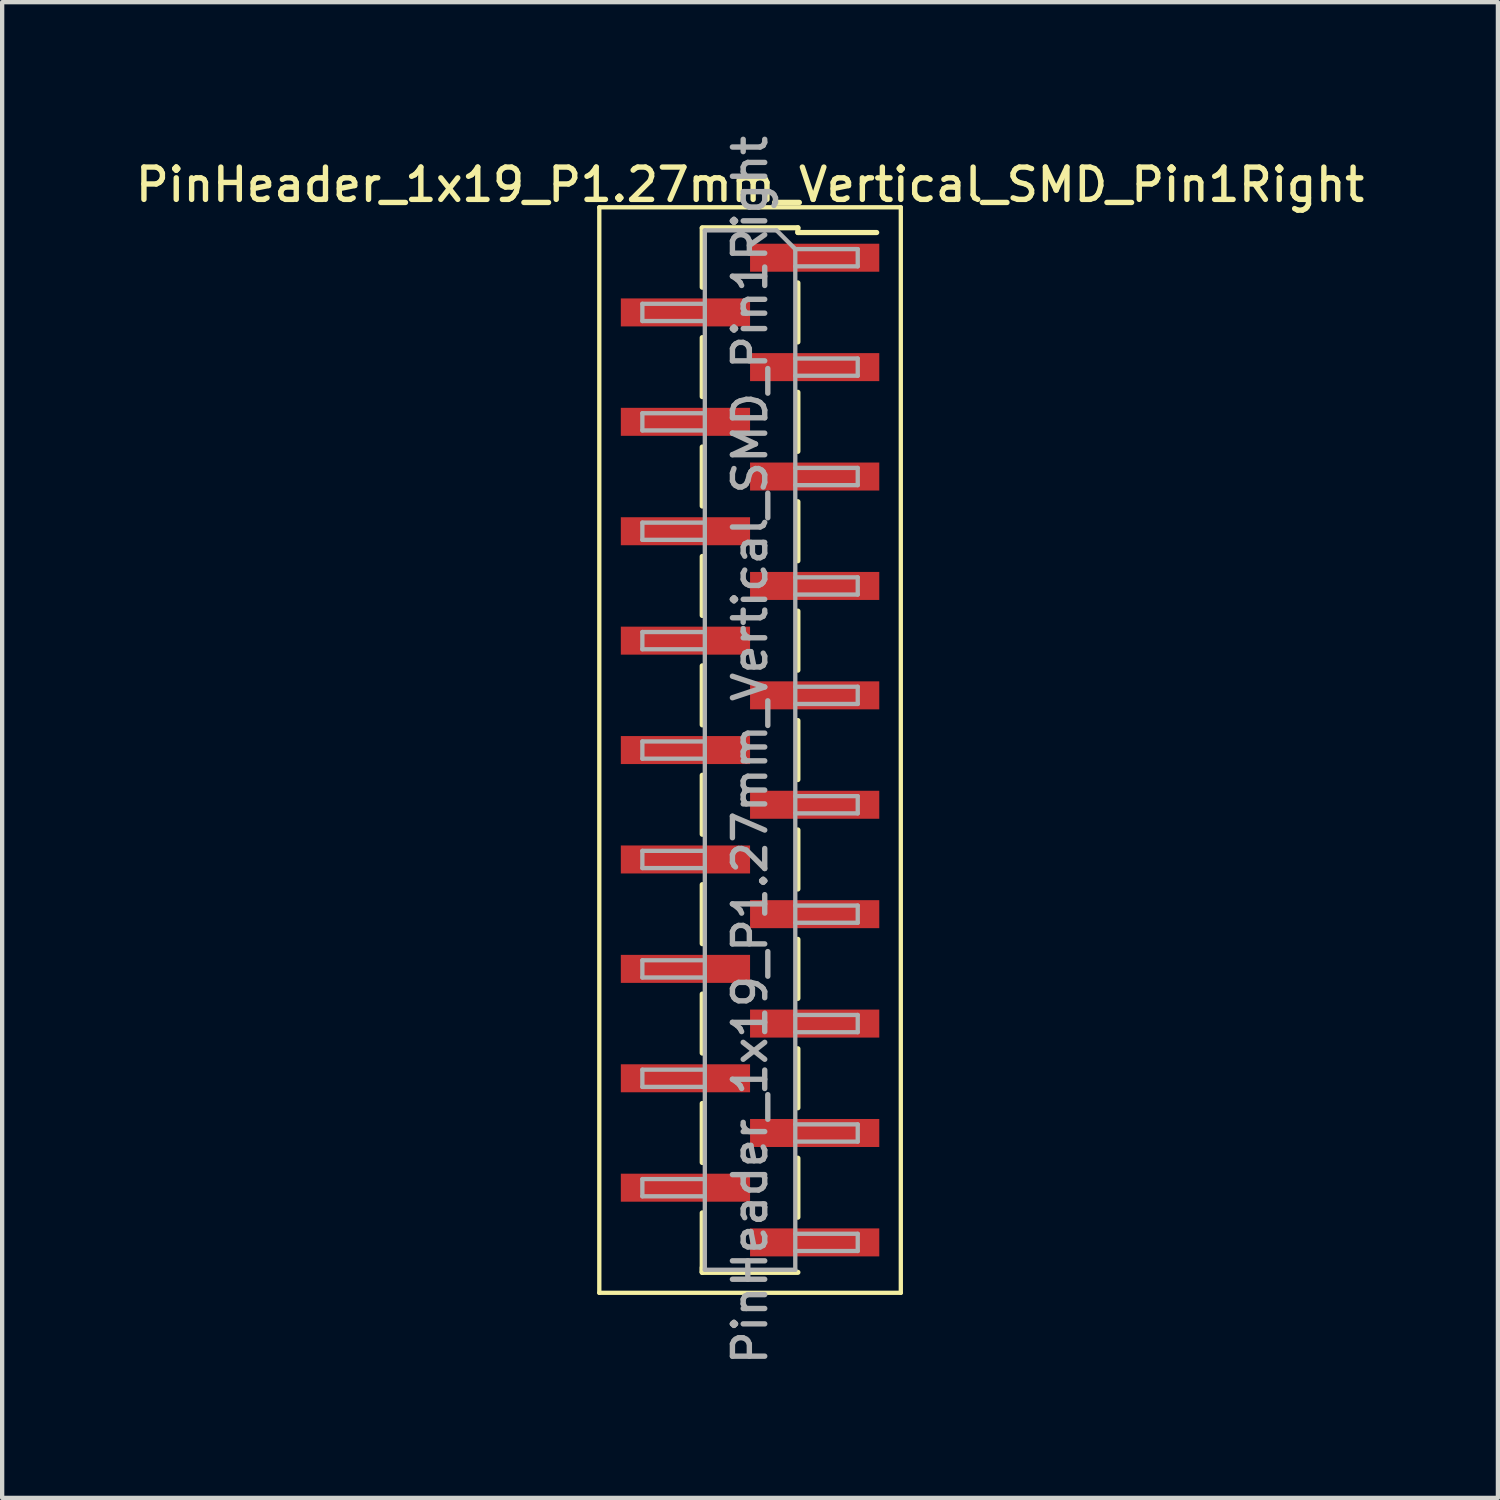
<source format=kicad_pcb>
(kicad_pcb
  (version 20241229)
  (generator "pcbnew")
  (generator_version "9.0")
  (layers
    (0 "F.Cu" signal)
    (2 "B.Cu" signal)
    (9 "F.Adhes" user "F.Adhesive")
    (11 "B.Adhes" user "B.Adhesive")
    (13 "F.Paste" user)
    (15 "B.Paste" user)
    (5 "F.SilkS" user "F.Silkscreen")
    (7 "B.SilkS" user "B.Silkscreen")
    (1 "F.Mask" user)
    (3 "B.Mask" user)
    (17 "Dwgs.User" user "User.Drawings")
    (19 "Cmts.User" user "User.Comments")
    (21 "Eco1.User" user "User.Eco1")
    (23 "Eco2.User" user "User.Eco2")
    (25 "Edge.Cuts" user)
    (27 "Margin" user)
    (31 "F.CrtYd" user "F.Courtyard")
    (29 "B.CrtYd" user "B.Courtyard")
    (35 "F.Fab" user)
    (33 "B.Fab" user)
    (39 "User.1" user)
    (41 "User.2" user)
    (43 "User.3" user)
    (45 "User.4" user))
  (footprint "PinHeader_1x19_P1.27mm_Vertical_SMD_Pin1Right"
    (layer "F.Cu")
    (at 14.363 14.363)
    (property "Reference" "PinHeader_1x19_P1.27mm_Vertical_SMD_Pin1Right" (at 0 -13.125 0) (layer "F.SilkS") (effects (font (size 0.75 0.75) (thickness 0.125))))
    (attr smd)
    (fp_line (start -3.5 -12.6) (end -3.5 12.6) (stroke (width 0.1) (type solid)) (layer "F.SilkS"))
    (fp_line (start -3.5 12.6) (end 3.5 12.6) (stroke (width 0.1) (type solid)) (layer "F.SilkS"))
    (fp_line (start -1.11 -12.125) (end 1.11 -12.125) (stroke (width 0.12) (type solid)) (layer "F.SilkS"))
    (fp_line (start -1.11 -12.115) (end -1.11 -10.745) (stroke (width 0.12) (type solid)) (layer "F.SilkS"))
    (fp_line (start -1.11 -9.575) (end -1.11 -8.205) (stroke (width 0.12) (type solid)) (layer "F.SilkS"))
    (fp_line (start -1.11 -7.035) (end -1.11 -5.665) (stroke (width 0.12) (type solid)) (layer "F.SilkS"))
    (fp_line (start -1.11 -4.495) (end -1.11 -3.125) (stroke (width 0.12) (type solid)) (layer "F.SilkS"))
    (fp_line (start -1.11 -1.955) (end -1.11 -0.585) (stroke (width 0.12) (type solid)) (layer "F.SilkS"))
    (fp_line (start -1.11 0.585) (end -1.11 1.955) (stroke (width 0.12) (type solid)) (layer "F.SilkS"))
    (fp_line (start -1.11 3.125) (end -1.11 4.495) (stroke (width 0.12) (type solid)) (layer "F.SilkS"))
    (fp_line (start -1.11 5.665) (end -1.11 7.035) (stroke (width 0.12) (type solid)) (layer "F.SilkS"))
    (fp_line (start -1.11 8.205) (end -1.11 9.575) (stroke (width 0.12) (type solid)) (layer "F.SilkS"))
    (fp_line (start -1.11 10.745) (end -1.11 12.115) (stroke (width 0.12) (type solid)) (layer "F.SilkS"))
    (fp_line (start -1.11 12.015) (end -1.11 12.125) (stroke (width 0.12) (type solid)) (layer "F.SilkS"))
    (fp_line (start -1.11 12.125) (end 1.11 12.125) (stroke (width 0.12) (type solid)) (layer "F.SilkS"))
    (fp_line (start 1.11 -12.125) (end 1.11 -12.015) (stroke (width 0.12) (type solid)) (layer "F.SilkS"))
    (fp_line (start 1.11 -12.015) (end 2.94 -12.015) (stroke (width 0.12) (type solid)) (layer "F.SilkS"))
    (fp_line (start 1.11 -10.845) (end 1.11 -9.475) (stroke (width 0.12) (type solid)) (layer "F.SilkS"))
    (fp_line (start 1.11 -8.305) (end 1.11 -6.935) (stroke (width 0.12) (type solid)) (layer "F.SilkS"))
    (fp_line (start 1.11 -5.765) (end 1.11 -4.395) (stroke (width 0.12) (type solid)) (layer "F.SilkS"))
    (fp_line (start 1.11 -3.225) (end 1.11 -1.855) (stroke (width 0.12) (type solid)) (layer "F.SilkS"))
    (fp_line (start 1.11 -0.685) (end 1.11 0.685) (stroke (width 0.12) (type solid)) (layer "F.SilkS"))
    (fp_line (start 1.11 1.855) (end 1.11 3.225) (stroke (width 0.12) (type solid)) (layer "F.SilkS"))
    (fp_line (start 1.11 4.395) (end 1.11 5.765) (stroke (width 0.12) (type solid)) (layer "F.SilkS"))
    (fp_line (start 1.11 6.935) (end 1.11 8.305) (stroke (width 0.12) (type solid)) (layer "F.SilkS"))
    (fp_line (start 1.11 9.475) (end 1.11 10.845) (stroke (width 0.12) (type solid)) (layer "F.SilkS"))
    (fp_line (start 3.5 -12.6) (end -3.5 -12.6) (stroke (width 0.1) (type solid)) (layer "F.SilkS"))
    (fp_line (start 3.5 12.6) (end 3.5 -12.6) (stroke (width 0.1) (type solid)) (layer "F.SilkS"))
    (fp_line (start -2.5 -10.36) (end -2.5 -9.96) (stroke (width 0.1) (type solid)) (layer "F.Fab"))
    (fp_line (start -2.5 -9.96) (end -1.05 -9.96) (stroke (width 0.1) (type solid)) (layer "F.Fab"))
    (fp_line (start -2.5 -7.82) (end -2.5 -7.42) (stroke (width 0.1) (type solid)) (layer "F.Fab"))
    (fp_line (start -2.5 -7.42) (end -1.05 -7.42) (stroke (width 0.1) (type solid)) (layer "F.Fab"))
    (fp_line (start -2.5 -5.28) (end -2.5 -4.88) (stroke (width 0.1) (type solid)) (layer "F.Fab"))
    (fp_line (start -2.5 -4.88) (end -1.05 -4.88) (stroke (width 0.1) (type solid)) (layer "F.Fab"))
    (fp_line (start -2.5 -2.74) (end -2.5 -2.34) (stroke (width 0.1) (type solid)) (layer "F.Fab"))
    (fp_line (start -2.5 -2.34) (end -1.05 -2.34) (stroke (width 0.1) (type solid)) (layer "F.Fab"))
    (fp_line (start -2.5 -0.2) (end -2.5 0.2) (stroke (width 0.1) (type solid)) (layer "F.Fab"))
    (fp_line (start -2.5 0.2) (end -1.05 0.2) (stroke (width 0.1) (type solid)) (layer "F.Fab"))
    (fp_line (start -2.5 2.34) (end -2.5 2.74) (stroke (width 0.1) (type solid)) (layer "F.Fab"))
    (fp_line (start -2.5 2.74) (end -1.05 2.74) (stroke (width 0.1) (type solid)) (layer "F.Fab"))
    (fp_line (start -2.5 4.88) (end -2.5 5.28) (stroke (width 0.1) (type solid)) (layer "F.Fab"))
    (fp_line (start -2.5 5.28) (end -1.05 5.28) (stroke (width 0.1) (type solid)) (layer "F.Fab"))
    (fp_line (start -2.5 7.42) (end -2.5 7.82) (stroke (width 0.1) (type solid)) (layer "F.Fab"))
    (fp_line (start -2.5 7.82) (end -1.05 7.82) (stroke (width 0.1) (type solid)) (layer "F.Fab"))
    (fp_line (start -2.5 9.96) (end -2.5 10.36) (stroke (width 0.1) (type solid)) (layer "F.Fab"))
    (fp_line (start -2.5 10.36) (end -1.05 10.36) (stroke (width 0.1) (type solid)) (layer "F.Fab"))
    (fp_line (start -1.05 -12.065) (end -1.05 12.065) (stroke (width 0.1) (type solid)) (layer "F.Fab"))
    (fp_line (start -1.05 -12.065) (end 0.615 -12.065) (stroke (width 0.1) (type solid)) (layer "F.Fab"))
    (fp_line (start -1.05 -10.36) (end -2.5 -10.36) (stroke (width 0.1) (type solid)) (layer "F.Fab"))
    (fp_line (start -1.05 -7.82) (end -2.5 -7.82) (stroke (width 0.1) (type solid)) (layer "F.Fab"))
    (fp_line (start -1.05 -5.28) (end -2.5 -5.28) (stroke (width 0.1) (type solid)) (layer "F.Fab"))
    (fp_line (start -1.05 -2.74) (end -2.5 -2.74) (stroke (width 0.1) (type solid)) (layer "F.Fab"))
    (fp_line (start -1.05 -0.2) (end -2.5 -0.2) (stroke (width 0.1) (type solid)) (layer "F.Fab"))
    (fp_line (start -1.05 2.34) (end -2.5 2.34) (stroke (width 0.1) (type solid)) (layer "F.Fab"))
    (fp_line (start -1.05 4.88) (end -2.5 4.88) (stroke (width 0.1) (type solid)) (layer "F.Fab"))
    (fp_line (start -1.05 7.42) (end -2.5 7.42) (stroke (width 0.1) (type solid)) (layer "F.Fab"))
    (fp_line (start -1.05 9.96) (end -2.5 9.96) (stroke (width 0.1) (type solid)) (layer "F.Fab"))
    (fp_line (start 1.05 -11.63) (end 0.615 -12.065) (stroke (width 0.1) (type solid)) (layer "F.Fab"))
    (fp_line (start 1.05 -11.63) (end 2.5 -11.63) (stroke (width 0.1) (type solid)) (layer "F.Fab"))
    (fp_line (start 1.05 -9.09) (end 2.5 -9.09) (stroke (width 0.1) (type solid)) (layer "F.Fab"))
    (fp_line (start 1.05 -6.55) (end 2.5 -6.55) (stroke (width 0.1) (type solid)) (layer "F.Fab"))
    (fp_line (start 1.05 -4.01) (end 2.5 -4.01) (stroke (width 0.1) (type solid)) (layer "F.Fab"))
    (fp_line (start 1.05 -1.47) (end 2.5 -1.47) (stroke (width 0.1) (type solid)) (layer "F.Fab"))
    (fp_line (start 1.05 1.07) (end 2.5 1.07) (stroke (width 0.1) (type solid)) (layer "F.Fab"))
    (fp_line (start 1.05 3.61) (end 2.5 3.61) (stroke (width 0.1) (type solid)) (layer "F.Fab"))
    (fp_line (start 1.05 6.15) (end 2.5 6.15) (stroke (width 0.1) (type solid)) (layer "F.Fab"))
    (fp_line (start 1.05 8.69) (end 2.5 8.69) (stroke (width 0.1) (type solid)) (layer "F.Fab"))
    (fp_line (start 1.05 11.23) (end 2.5 11.23) (stroke (width 0.1) (type solid)) (layer "F.Fab"))
    (fp_line (start 1.05 12.065) (end -1.05 12.065) (stroke (width 0.1) (type solid)) (layer "F.Fab"))
    (fp_line (start 1.05 12.065) (end 1.05 -11.63) (stroke (width 0.1) (type solid)) (layer "F.Fab"))
    (fp_line (start 2.5 -11.63) (end 2.5 -11.23) (stroke (width 0.1) (type solid)) (layer "F.Fab"))
    (fp_line (start 2.5 -11.23) (end 1.05 -11.23) (stroke (width 0.1) (type solid)) (layer "F.Fab"))
    (fp_line (start 2.5 -9.09) (end 2.5 -8.69) (stroke (width 0.1) (type solid)) (layer "F.Fab"))
    (fp_line (start 2.5 -8.69) (end 1.05 -8.69) (stroke (width 0.1) (type solid)) (layer "F.Fab"))
    (fp_line (start 2.5 -6.55) (end 2.5 -6.15) (stroke (width 0.1) (type solid)) (layer "F.Fab"))
    (fp_line (start 2.5 -6.15) (end 1.05 -6.15) (stroke (width 0.1) (type solid)) (layer "F.Fab"))
    (fp_line (start 2.5 -4.01) (end 2.5 -3.61) (stroke (width 0.1) (type solid)) (layer "F.Fab"))
    (fp_line (start 2.5 -3.61) (end 1.05 -3.61) (stroke (width 0.1) (type solid)) (layer "F.Fab"))
    (fp_line (start 2.5 -1.47) (end 2.5 -1.07) (stroke (width 0.1) (type solid)) (layer "F.Fab"))
    (fp_line (start 2.5 -1.07) (end 1.05 -1.07) (stroke (width 0.1) (type solid)) (layer "F.Fab"))
    (fp_line (start 2.5 1.07) (end 2.5 1.47) (stroke (width 0.1) (type solid)) (layer "F.Fab"))
    (fp_line (start 2.5 1.47) (end 1.05 1.47) (stroke (width 0.1) (type solid)) (layer "F.Fab"))
    (fp_line (start 2.5 3.61) (end 2.5 4.01) (stroke (width 0.1) (type solid)) (layer "F.Fab"))
    (fp_line (start 2.5 4.01) (end 1.05 4.01) (stroke (width 0.1) (type solid)) (layer "F.Fab"))
    (fp_line (start 2.5 6.15) (end 2.5 6.55) (stroke (width 0.1) (type solid)) (layer "F.Fab"))
    (fp_line (start 2.5 6.55) (end 1.05 6.55) (stroke (width 0.1) (type solid)) (layer "F.Fab"))
    (fp_line (start 2.5 8.69) (end 2.5 9.09) (stroke (width 0.1) (type solid)) (layer "F.Fab"))
    (fp_line (start 2.5 9.09) (end 1.05 9.09) (stroke (width 0.1) (type solid)) (layer "F.Fab"))
    (fp_line (start 2.5 11.23) (end 2.5 11.63) (stroke (width 0.1) (type solid)) (layer "F.Fab"))
    (fp_line (start 2.5 11.63) (end 1.05 11.63) (stroke (width 0.1) (type solid)) (layer "F.Fab"))
    (fp_text user "${REFERENCE}" (at 0 0 90) (layer "F.Fab") (effects (font (size 0.75 0.75) (thickness 0.125))))
    (pad "1" smd rect (at 1.5 -11.43) (size 3 0.65) (layers "F.Cu" "F.Mask" "F.Paste"))
    (pad "2" smd rect (at -1.5 -10.16) (size 3 0.65) (layers "F.Cu" "F.Mask" "F.Paste"))
    (pad "3" smd rect (at 1.5 -8.89) (size 3 0.65) (layers "F.Cu" "F.Mask" "F.Paste"))
    (pad "4" smd rect (at -1.5 -7.62) (size 3 0.65) (layers "F.Cu" "F.Mask" "F.Paste"))
    (pad "5" smd rect (at 1.5 -6.35) (size 3 0.65) (layers "F.Cu" "F.Mask" "F.Paste"))
    (pad "6" smd rect (at -1.5 -5.08) (size 3 0.65) (layers "F.Cu" "F.Mask" "F.Paste"))
    (pad "7" smd rect (at 1.5 -3.81) (size 3 0.65) (layers "F.Cu" "F.Mask" "F.Paste"))
    (pad "8" smd rect (at -1.5 -2.54) (size 3 0.65) (layers "F.Cu" "F.Mask" "F.Paste"))
    (pad "9" smd rect (at 1.5 -1.27) (size 3 0.65) (layers "F.Cu" "F.Mask" "F.Paste"))
    (pad "10" smd rect (at -1.5 0) (size 3 0.65) (layers "F.Cu" "F.Mask" "F.Paste"))
    (pad "11" smd rect (at 1.5 1.27) (size 3 0.65) (layers "F.Cu" "F.Mask" "F.Paste"))
    (pad "12" smd rect (at -1.5 2.54) (size 3 0.65) (layers "F.Cu" "F.Mask" "F.Paste"))
    (pad "13" smd rect (at 1.5 3.81) (size 3 0.65) (layers "F.Cu" "F.Mask" "F.Paste"))
    (pad "14" smd rect (at -1.5 5.08) (size 3 0.65) (layers "F.Cu" "F.Mask" "F.Paste"))
    (pad "15" smd rect (at 1.5 6.35) (size 3 0.65) (layers "F.Cu" "F.Mask" "F.Paste"))
    (pad "16" smd rect (at -1.5 7.62) (size 3 0.65) (layers "F.Cu" "F.Mask" "F.Paste"))
    (pad "17" smd rect (at 1.5 8.89) (size 3 0.65) (layers "F.Cu" "F.Mask" "F.Paste"))
    (pad "18" smd rect (at -1.5 10.16) (size 3 0.65) (layers "F.Cu" "F.Mask" "F.Paste"))
    (pad "19" smd rect (at 1.5 11.43) (size 3 0.65) (layers "F.Cu" "F.Mask" "F.Paste")))
  (gr_rect
    (start -3 -3)
    (end 31.725 31.725)
    (stroke (width 0.1) (type default))
    (fill no)
    (layer "Edge.Cuts")))
</source>
